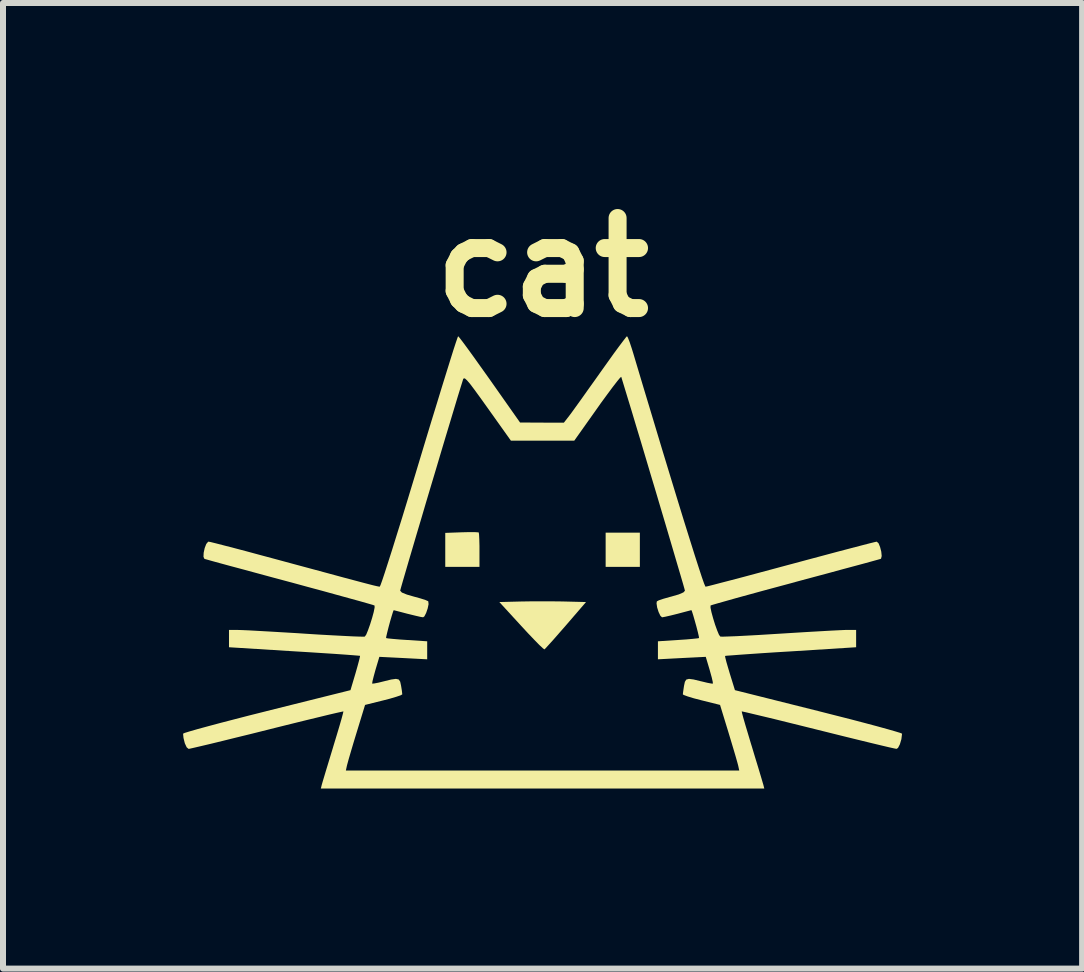
<source format=kicad_pcb>
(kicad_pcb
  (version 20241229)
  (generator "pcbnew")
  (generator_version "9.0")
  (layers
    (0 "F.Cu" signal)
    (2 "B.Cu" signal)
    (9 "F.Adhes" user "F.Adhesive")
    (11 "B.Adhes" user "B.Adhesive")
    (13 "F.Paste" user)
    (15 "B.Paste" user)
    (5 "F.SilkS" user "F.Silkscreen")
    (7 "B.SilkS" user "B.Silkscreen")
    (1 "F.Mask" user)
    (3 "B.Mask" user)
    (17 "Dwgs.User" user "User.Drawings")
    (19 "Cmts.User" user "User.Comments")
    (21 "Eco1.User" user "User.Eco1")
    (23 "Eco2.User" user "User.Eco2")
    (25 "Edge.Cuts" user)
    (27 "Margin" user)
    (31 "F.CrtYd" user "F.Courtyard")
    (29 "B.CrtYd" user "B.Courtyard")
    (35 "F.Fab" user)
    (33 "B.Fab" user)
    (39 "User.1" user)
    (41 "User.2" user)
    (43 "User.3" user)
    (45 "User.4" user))
  (footprint "cat"
    (layer "F.Cu")
    (at 5.989 6.304)
    (property "Reference" "cat" (at 0 -4.9 0) (layer "F.SilkS") (effects (font (size 1.5 1.5) (thickness 0.3))))
    (attr board_only exclude_from_pos_files exclude_from_bom)
    (fp_poly (pts (xy 1.621 -0.195) (xy 1.621 0.09) (xy 1.336 0.09) (xy 1.051 0.09) (xy 1.051 -0.195) (xy 1.051 -0.48) (xy 1.336 -0.48) (xy 1.621 -0.48)) (stroke (width 0) (type solid)) (fill yes) (layer "F.SilkS"))
    (fp_poly (pts (xy -1.13 -0.489) (xy -1.073 -0.485) (xy -1.063 -0.483) (xy -1.058 -0.449) (xy -1.054 -0.37) (xy -1.051 -0.258) (xy -1.051 -0.19) (xy -1.051 0.09) (xy -1.336 0.09) (xy -1.621 0.09) (xy -1.621 -0.193) (xy -1.621 -0.476) (xy -1.348 -0.486) (xy -1.227 -0.489)) (stroke (width 0) (type solid)) (fill yes) (layer "F.SilkS"))
    (fp_poly (pts (xy 0.259 0.665) (xy 0.362 0.667) (xy 0.724 0.676) (xy 0.388 1.066) (xy 0.276 1.194) (xy 0.178 1.306) (xy 0.099 1.393) (xy 0.048 1.449) (xy 0.031 1.465) (xy 0.005 1.446) (xy -0.055 1.39) (xy -0.14 1.303) (xy -0.246 1.192) (xy -0.355 1.074) (xy -0.72 0.676) (xy -0.36 0.667) (xy -0.169 0.664) (xy 0.049 0.664)) (stroke (width 0) (type solid)) (fill yes) (layer "F.SilkS"))
    (fp_poly (pts (xy 1.423 -3.726) (xy 1.451 -3.654) (xy 1.486 -3.549) (xy 1.509 -3.475) (xy 1.679 -2.906) (xy 1.839 -2.376) (xy 1.986 -1.887) (xy 2.122 -1.44) (xy 2.245 -1.037) (xy 2.355 -0.679) (xy 2.452 -0.369) (xy 2.534 -0.108) (xy 2.602 0.103) (xy 2.654 0.262) (xy 2.691 0.367) (xy 2.712 0.416) (xy 2.716 0.42) (xy 2.751 0.413) (xy 2.838 0.391) (xy 2.971 0.356) (xy 3.145 0.311) (xy 3.354 0.256) (xy 3.592 0.192) (xy 3.853 0.122) (xy 4.132 0.047) (xy 4.14 0.045) (xy 4.419 -0.03) (xy 4.681 -0.1) (xy 4.92 -0.164) (xy 5.13 -0.219) (xy 5.306 -0.265) (xy 5.441 -0.3) (xy 5.53 -0.322) (xy 5.567 -0.33) (xy 5.567 -0.33) (xy 5.597 -0.304) (xy 5.623 -0.241) (xy 5.643 -0.163) (xy 5.65 -0.091) (xy 5.639 -0.047) (xy 5.633 -0.043) (xy 5.598 -0.033) (xy 5.511 -0.009) (xy 5.377 0.028) (xy 5.203 0.075) (xy 4.994 0.131) (xy 4.756 0.196) (xy 4.494 0.266) (xy 4.215 0.341) (xy 4.207 0.344) (xy 3.928 0.419) (xy 3.668 0.489) (xy 3.431 0.554) (xy 3.223 0.611) (xy 3.05 0.66) (xy 2.919 0.697) (xy 2.833 0.722) (xy 2.8 0.733) (xy 2.799 0.733) (xy 2.798 0.77) (xy 2.814 0.846) (xy 2.841 0.945) (xy 2.874 1.052) (xy 2.909 1.149) (xy 2.939 1.221) (xy 2.961 1.251) (xy 2.998 1.253) (xy 3.088 1.25) (xy 3.223 1.245) (xy 3.396 1.236) (xy 3.599 1.225) (xy 3.824 1.211) (xy 3.955 1.203) (xy 4.197 1.188) (xy 4.426 1.174) (xy 4.635 1.162) (xy 4.813 1.152) (xy 4.953 1.145) (xy 5.045 1.141) (xy 5.07 1.141) (xy 5.224 1.141) (xy 5.224 1.285) (xy 5.224 1.429) (xy 4.136 1.498) (xy 3.887 1.513) (xy 3.657 1.528) (xy 3.454 1.542) (xy 3.284 1.554) (xy 3.154 1.564) (xy 3.07 1.57) (xy 3.04 1.574) (xy 3.045 1.604) (xy 3.064 1.679) (xy 3.095 1.785) (xy 3.118 1.863) (xy 3.205 2.144) (xy 4.597 2.493) (xy 4.876 2.564) (xy 5.136 2.63) (xy 5.372 2.692) (xy 5.578 2.747) (xy 5.748 2.794) (xy 5.877 2.831) (xy 5.959 2.856) (xy 5.989 2.869) (xy 5.989 2.87) (xy 5.978 2.961) (xy 5.953 3.046) (xy 5.922 3.106) (xy 5.898 3.122) (xy 5.86 3.115) (xy 5.77 3.095) (xy 5.635 3.063) (xy 5.46 3.021) (xy 5.251 2.97) (xy 5.015 2.912) (xy 4.758 2.848) (xy 4.589 2.806) (xy 4.324 2.74) (xy 4.077 2.679) (xy 3.855 2.624) (xy 3.663 2.578) (xy 3.508 2.541) (xy 3.395 2.514) (xy 3.331 2.5) (xy 3.318 2.498) (xy 3.324 2.528) (xy 3.345 2.607) (xy 3.379 2.725) (xy 3.424 2.875) (xy 3.475 3.046) (xy 3.485 3.077) (xy 3.539 3.257) (xy 3.589 3.42) (xy 3.63 3.557) (xy 3.66 3.658) (xy 3.676 3.713) (xy 3.677 3.715) (xy 3.694 3.783) (xy 0 3.783) (xy -3.694 3.783) (xy -3.677 3.715) (xy -3.663 3.667) (xy -3.634 3.57) (xy -3.608 3.483) (xy -3.277 3.483) (xy 0 3.483) (xy 3.277 3.483) (xy 3.259 3.4) (xy 3.244 3.344) (xy 3.215 3.242) (xy 3.175 3.107) (xy 3.128 2.95) (xy 3.099 2.854) (xy 2.957 2.39) (xy 2.648 2.313) (xy 2.521 2.28) (xy 2.419 2.249) (xy 2.354 2.225) (xy 2.337 2.214) (xy 2.342 2.172) (xy 2.353 2.096) (xy 2.357 2.071) (xy 2.371 2.005) (xy 2.394 1.968) (xy 2.439 1.956) (xy 2.516 1.966) (xy 2.639 1.996) (xy 2.649 1.998) (xy 2.744 2.021) (xy 2.813 2.034) (xy 2.838 2.035) (xy 2.835 2.004) (xy 2.818 1.93) (xy 2.79 1.829) (xy 2.784 1.807) (xy 2.719 1.589) (xy 2.32 1.609) (xy 1.922 1.63) (xy 1.922 1.48) (xy 1.922 1.33) (xy 2.259 1.308) (xy 2.394 1.299) (xy 2.506 1.289) (xy 2.581 1.281) (xy 2.607 1.276) (xy 2.603 1.246) (xy 2.587 1.177) (xy 2.563 1.084) (xy 2.535 0.984) (xy 2.509 0.894) (xy 2.489 0.831) (xy 2.48 0.811) (xy 2.452 0.818) (xy 2.38 0.837) (xy 2.278 0.864) (xy 2.252 0.871) (xy 2.14 0.899) (xy 2.048 0.92) (xy 1.995 0.93) (xy 1.99 0.93) (xy 1.963 0.905) (xy 1.933 0.842) (xy 1.909 0.766) (xy 1.899 0.698) (xy 1.904 0.665) (xy 1.938 0.647) (xy 2.015 0.621) (xy 2.121 0.591) (xy 2.145 0.585) (xy 2.269 0.549) (xy 2.347 0.515) (xy 2.372 0.488) (xy 2.364 0.456) (xy 2.34 0.371) (xy 2.302 0.241) (xy 2.252 0.072) (xy 2.192 -0.132) (xy 2.124 -0.363) (xy 2.049 -0.617) (xy 1.969 -0.886) (xy 1.886 -1.166) (xy 1.801 -1.449) (xy 1.717 -1.731) (xy 1.635 -2.006) (xy 1.556 -2.267) (xy 1.484 -2.508) (xy 1.418 -2.724) (xy 1.362 -2.908) (xy 1.317 -3.056) (xy 1.311 -3.076) (xy 1.292 -3.061) (xy 1.244 -3.003) (xy 1.171 -2.909) (xy 1.079 -2.785) (xy 0.972 -2.639) (xy 0.915 -2.558) (xy 0.528 -2.012) (xy 0.000366 -2.012) (xy -0.527 -2.012) (xy -0.915 -2.557) (xy -1.041 -2.733) (xy -1.138 -2.866) (xy -1.208 -2.959) (xy -1.258 -3.017) (xy -1.291 -3.047) (xy -1.311 -3.052) (xy -1.323 -3.037) (xy -1.325 -3.03) (xy -1.363 -2.908) (xy -1.413 -2.746) (xy -1.472 -2.55) (xy -1.54 -2.324) (xy -1.615 -2.076) (xy -1.694 -1.812) (xy -1.776 -1.536) (xy -1.86 -1.256) (xy -1.943 -0.978) (xy -2.023 -0.706) (xy -2.1 -0.448) (xy -2.17 -0.21) (xy -2.233 0.003) (xy -2.286 0.185) (xy -2.328 0.329) (xy -2.357 0.43) (xy -2.371 0.482) (xy -2.372 0.487) (xy -2.343 0.518) (xy -2.259 0.552) (xy -2.145 0.585) (xy -2.036 0.615) (xy -1.951 0.642) (xy -1.906 0.662) (xy -1.904 0.665) (xy -1.899 0.711) (xy -1.914 0.783) (xy -1.94 0.859) (xy -1.969 0.915) (xy -1.99 0.93) (xy -2.035 0.923) (xy -2.121 0.903) (xy -2.231 0.876) (xy -2.252 0.871) (xy -2.358 0.843) (xy -2.439 0.822) (xy -2.478 0.812) (xy -2.48 0.811) (xy -2.491 0.837) (xy -2.512 0.904) (xy -2.539 0.996) (xy -2.566 1.096) (xy -2.589 1.187) (xy -2.604 1.252) (xy -2.607 1.276) (xy -2.575 1.282) (xy -2.495 1.29) (xy -2.38 1.3) (xy -2.259 1.308) (xy -1.922 1.33) (xy -1.922 1.48) (xy -1.922 1.63) (xy -2.32 1.609) (xy -2.719 1.589) (xy -2.784 1.807) (xy -2.813 1.913) (xy -2.833 1.993) (xy -2.839 2.033) (xy -2.838 2.035) (xy -2.807 2.033) (xy -2.734 2.019) (xy -2.649 1.998) (xy -2.523 1.967) (xy -2.443 1.956) (xy -2.397 1.966) (xy -2.372 2.002) (xy -2.358 2.066) (xy -2.357 2.071) (xy -2.344 2.152) (xy -2.338 2.207) (xy -2.337 2.214) (xy -2.365 2.23) (xy -2.439 2.255) (xy -2.547 2.287) (xy -2.648 2.313) (xy -2.957 2.39) (xy -3.099 2.854) (xy -3.149 3.018) (xy -3.193 3.167) (xy -3.229 3.29) (xy -3.252 3.374) (xy -3.259 3.4) (xy -3.277 3.483) (xy -3.608 3.483) (xy -3.594 3.437) (xy -3.545 3.276) (xy -3.491 3.098) (xy -3.485 3.077) (xy -3.432 2.903) (xy -3.386 2.749) (xy -3.35 2.625) (xy -3.327 2.539) (xy -3.318 2.5) (xy -3.318 2.498) (xy -3.347 2.504) (xy -3.429 2.522) (xy -3.558 2.552) (xy -3.726 2.593) (xy -3.929 2.642) (xy -4.16 2.699) (xy -4.414 2.762) (xy -4.589 2.806) (xy -4.856 2.873) (xy -5.106 2.934) (xy -5.332 2.99) (xy -5.529 3.038) (xy -5.69 3.076) (xy -5.81 3.104) (xy -5.881 3.12) (xy -5.898 3.122) (xy -5.929 3.096) (xy -5.96 3.029) (xy -5.982 2.94) (xy -5.989 2.869) (xy -5.961 2.856) (xy -5.88 2.831) (xy -5.752 2.794) (xy -5.583 2.748) (xy -5.378 2.693) (xy -5.143 2.632) (xy -4.884 2.565) (xy -4.605 2.495) (xy -4.595 2.492) (xy -3.2 2.144) (xy -3.116 1.862) (xy -3.082 1.742) (xy -3.056 1.645) (xy -3.042 1.586) (xy -3.041 1.572) (xy -3.072 1.569) (xy -3.156 1.562) (xy -3.287 1.552) (xy -3.457 1.54) (xy -3.66 1.527) (xy -3.89 1.512) (xy -4.137 1.497) (xy -5.224 1.429) (xy -5.224 1.285) (xy -5.224 1.141) (xy -5.076 1.141) (xy -5.01 1.143) (xy -4.892 1.148) (xy -4.732 1.157) (xy -4.537 1.168) (xy -4.317 1.181) (xy -4.08 1.195) (xy -3.962 1.203) (xy -3.726 1.218) (xy -3.509 1.23) (xy -3.318 1.24) (xy -3.16 1.248) (xy -3.044 1.252) (xy -2.975 1.253) (xy -2.961 1.251) (xy -2.938 1.219) (xy -2.908 1.146) (xy -2.873 1.048) (xy -2.84 0.942) (xy -2.813 0.843) (xy -2.798 0.768) (xy -2.799 0.734) (xy -2.83 0.723) (xy -2.913 0.699) (xy -3.043 0.662) (xy -3.214 0.615) (xy -3.421 0.558) (xy -3.656 0.493) (xy -3.916 0.423) (xy -4.194 0.347) (xy -4.206 0.344) (xy -4.486 0.269) (xy -4.748 0.198) (xy -4.987 0.133) (xy -5.197 0.077) (xy -5.373 0.029) (xy -5.508 -0.008) (xy -5.596 -0.033) (xy -5.633 -0.043) (xy -5.633 -0.043) (xy -5.649 -0.077) (xy -5.646 -0.144) (xy -5.629 -0.223) (xy -5.603 -0.291) (xy -5.572 -0.328) (xy -5.565 -0.33) (xy -5.528 -0.323) (xy -5.439 -0.301) (xy -5.307 -0.267) (xy -5.136 -0.223) (xy -4.935 -0.17) (xy -4.71 -0.109) (xy -4.482 -0.048) (xy -4.116 0.051) (xy -3.804 0.135) (xy -3.541 0.206) (xy -3.324 0.265) (xy -3.147 0.312) (xy -3.008 0.349) (xy -2.901 0.377) (xy -2.823 0.397) (xy -2.768 0.41) (xy -2.734 0.417) (xy -2.716 0.42) (xy -2.713 0.42) (xy -2.699 0.392) (xy -2.67 0.311) (xy -2.627 0.182) (xy -2.571 0.008) (xy -2.503 -0.205) (xy -2.426 -0.453) (xy -2.339 -0.731) (xy -2.246 -1.035) (xy -2.147 -1.361) (xy -2.055 -1.666) (xy -1.952 -2.007) (xy -1.854 -2.33) (xy -1.761 -2.632) (xy -1.677 -2.907) (xy -1.601 -3.152) (xy -1.536 -3.361) (xy -1.483 -3.53) (xy -1.442 -3.655) (xy -1.416 -3.73) (xy -1.407 -3.753) (xy -1.385 -3.729) (xy -1.334 -3.663) (xy -1.257 -3.559) (xy -1.159 -3.424) (xy -1.045 -3.264) (xy -0.918 -3.086) (xy -0.881 -3.034) (xy -0.375 -2.315) (xy -0.01 -2.313) (xy 0.355 -2.312) (xy 0.442 -2.424) (xy 0.484 -2.48) (xy 0.554 -2.577) (xy 0.647 -2.706) (xy 0.756 -2.86) (xy 0.877 -3.029) (xy 0.959 -3.145) (xy 1.078 -3.312) (xy 1.185 -3.462) (xy 1.277 -3.587) (xy 1.348 -3.681) (xy 1.393 -3.739) (xy 1.407 -3.753)) (stroke (width 0) (type solid)) (fill yes) (layer "F.SilkS")))
  (gr_rect
    (start -3 -3)
    (end 14.978 13.087)
    (stroke (width 0.1) (type default))
    (fill no)
    (layer "Edge.Cuts")))
</source>
